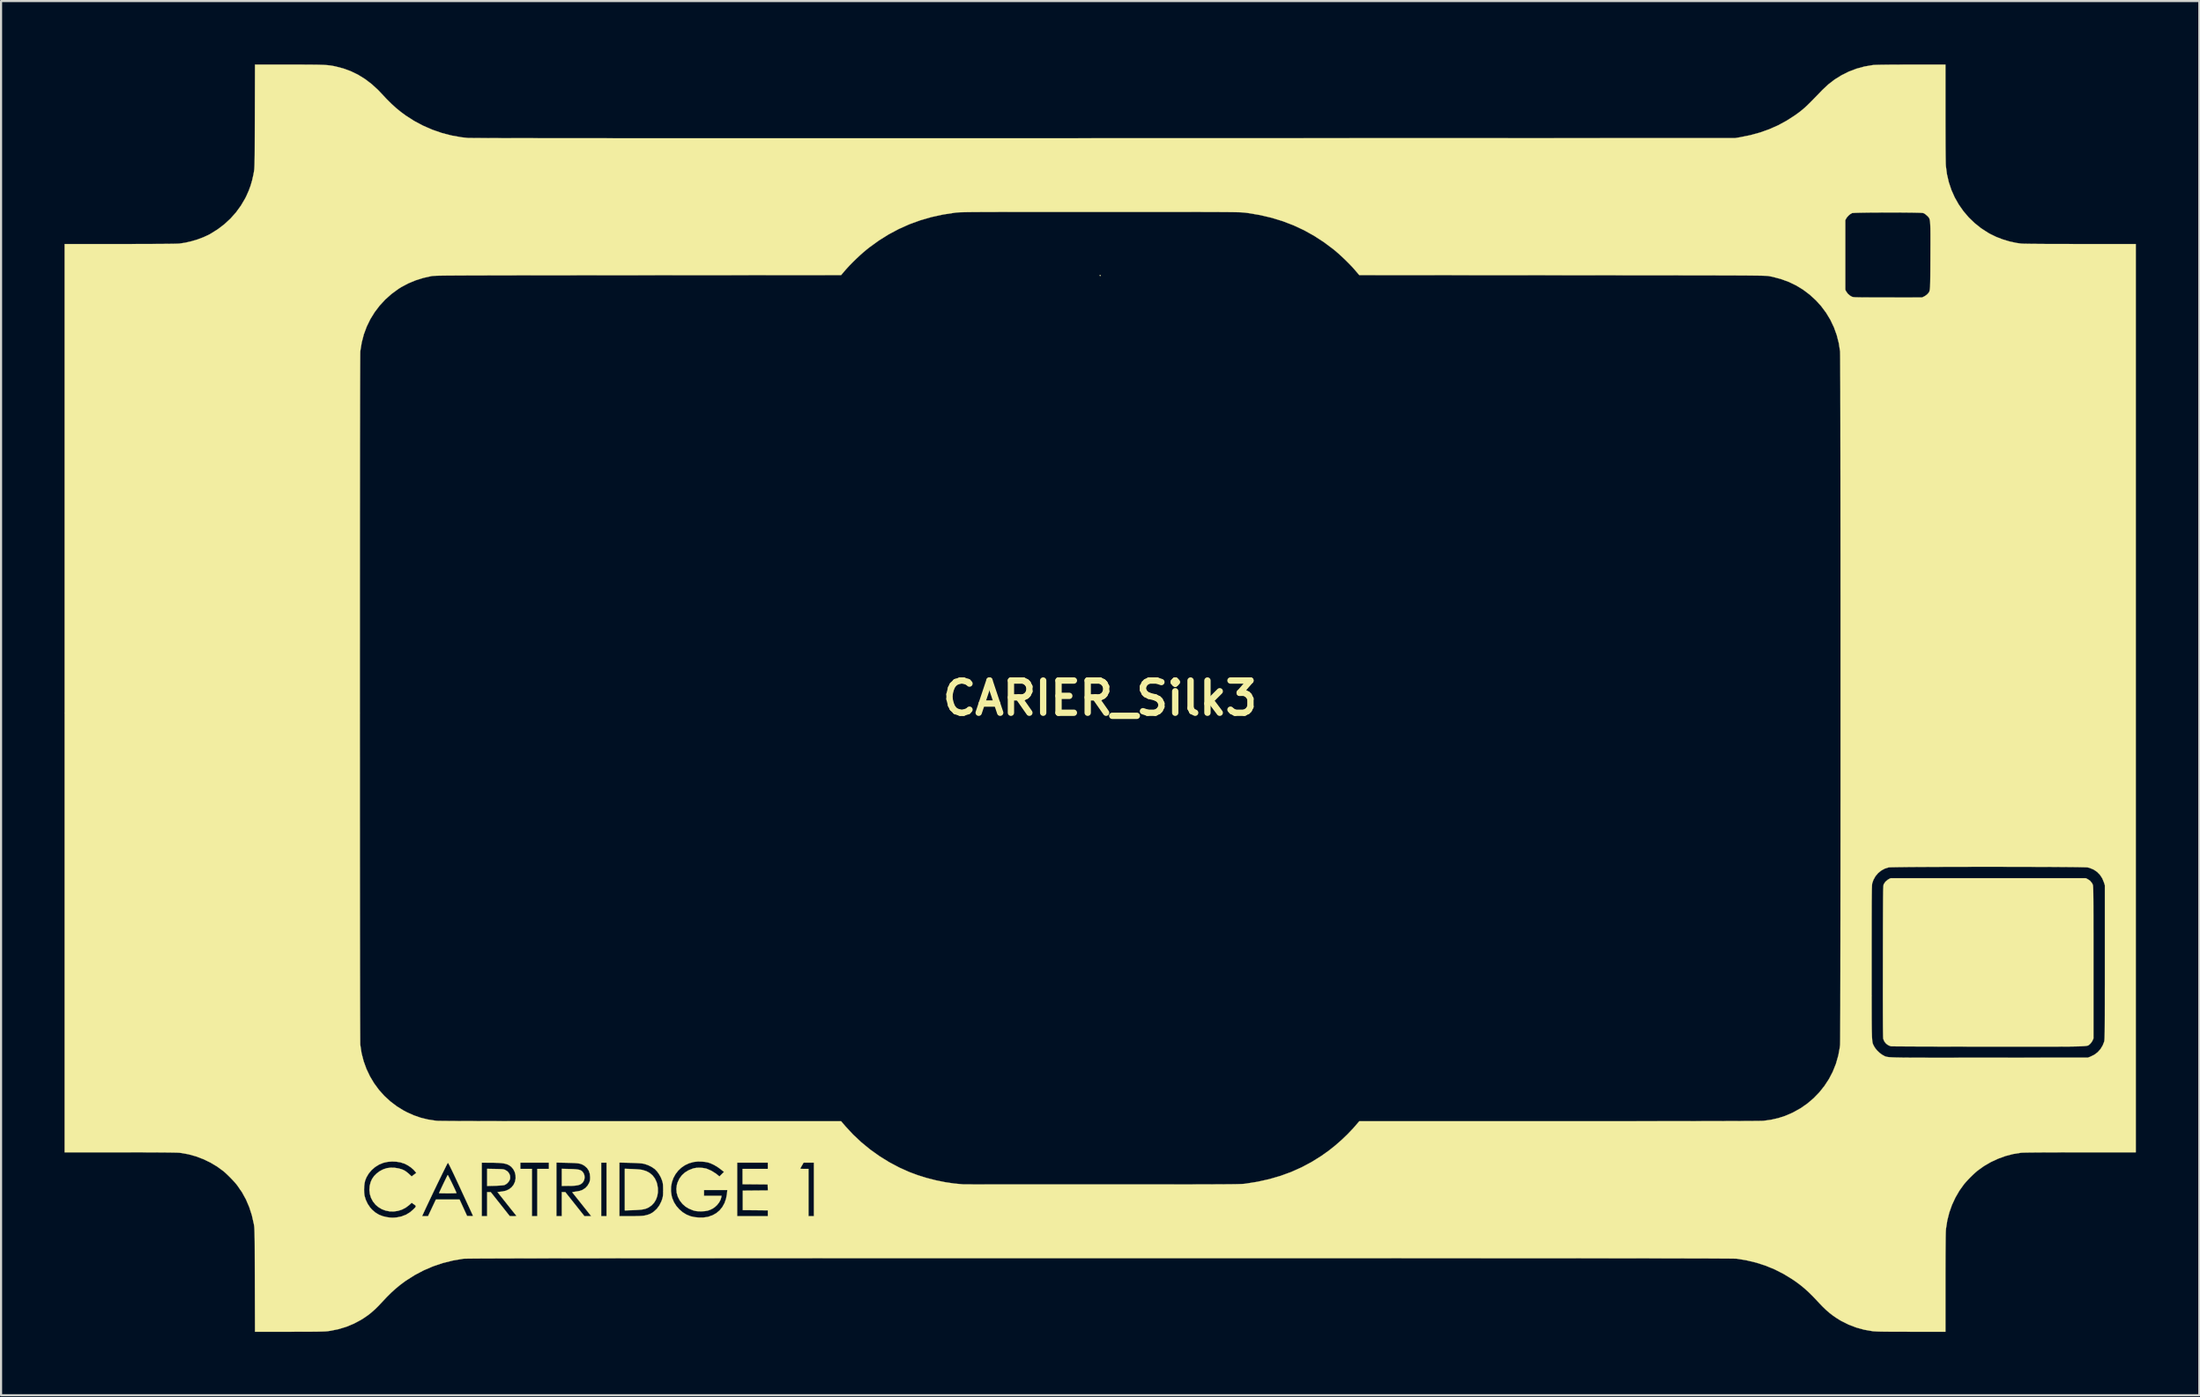
<source format=kicad_pcb>
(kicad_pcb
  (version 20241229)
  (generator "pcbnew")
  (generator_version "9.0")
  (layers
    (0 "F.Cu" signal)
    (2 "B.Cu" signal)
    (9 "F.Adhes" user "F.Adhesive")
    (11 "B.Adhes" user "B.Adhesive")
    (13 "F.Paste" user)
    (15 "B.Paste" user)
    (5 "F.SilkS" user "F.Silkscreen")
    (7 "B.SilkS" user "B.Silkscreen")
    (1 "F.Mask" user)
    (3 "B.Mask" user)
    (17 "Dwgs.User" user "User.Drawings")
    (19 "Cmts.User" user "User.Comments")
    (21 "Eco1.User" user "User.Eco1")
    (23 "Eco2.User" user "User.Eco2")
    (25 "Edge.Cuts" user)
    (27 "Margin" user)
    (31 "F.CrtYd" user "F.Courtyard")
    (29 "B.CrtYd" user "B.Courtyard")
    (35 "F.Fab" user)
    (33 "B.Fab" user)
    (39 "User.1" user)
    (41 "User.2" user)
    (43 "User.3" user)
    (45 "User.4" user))
  (footprint "CARIER_Silk3"
    (layer "F.Cu")
    (at 48.943 29.972)
    (property "Reference" "CARIER_Silk3" (at 0 0 0) (layer "F.SilkS") (effects (font (size 1.524 1.524) (thickness 0.3))))
    (attr through_hole)
    (fp_poly (pts (xy 0.036 -20) (xy 0.039 -19.991) (xy 0.023 -19.973) (xy 0.01 -19.971) (xy -0.016 -19.982) (xy -0.02 -19.991) (xy -0.004 -20.008) (xy 0.01 -20.01) (xy 0.036 -20)) (stroke (width 0.01) (type solid)) (fill yes) (layer "F.SilkS"))
    (fp_poly (pts (xy -28.58 22.267) (xy -28.445 22.27) (xy -28.343 22.274) (xy -28.268 22.278) (xy -28.212 22.284) (xy -28.169 22.293) (xy -28.134 22.305) (xy -28.099 22.321) (xy -27.999 22.388) (xy -27.927 22.478) (xy -27.885 22.582) (xy -27.878 22.693) (xy -27.889 22.754) (xy -27.929 22.84) (xy -27.995 22.923) (xy -28.077 22.991) (xy -28.154 23.029) (xy -28.2 23.037) (xy -28.279 23.046) (xy -28.382 23.053) (xy -28.502 23.059) (xy -28.599 23.063) (xy -28.967 23.072) (xy -28.967 22.26) (xy -28.58 22.267)) (stroke (width 0.01) (type solid)) (fill yes) (layer "F.SilkS"))
    (fp_poly (pts (xy -25.062 22.269) (xy -24.895 22.274) (xy -24.763 22.284) (xy -24.659 22.298) (xy -24.578 22.319) (xy -24.516 22.349) (xy -24.467 22.39) (xy -24.426 22.442) (xy -24.401 22.483) (xy -24.368 22.578) (xy -24.361 22.685) (xy -24.381 22.79) (xy -24.427 22.879) (xy -24.427 22.88) (xy -24.478 22.937) (xy -24.537 22.983) (xy -24.609 23.017) (xy -24.698 23.041) (xy -24.81 23.056) (xy -24.951 23.065) (xy -25.126 23.067) (xy -25.131 23.067) (xy -25.439 23.068) (xy -25.439 22.26) (xy -25.062 22.269)) (stroke (width 0.01) (type solid)) (fill yes) (layer "F.SilkS"))
    (fp_poly (pts (xy -22.112 22.271) (xy -21.988 22.277) (xy -21.867 22.285) (xy -21.759 22.295) (xy -21.674 22.305) (xy -21.634 22.312) (xy -21.446 22.37) (xy -21.283 22.458) (xy -21.147 22.574) (xy -21.039 22.717) (xy -20.96 22.886) (xy -20.932 22.978) (xy -20.897 23.177) (xy -20.896 23.369) (xy -20.926 23.55) (xy -20.987 23.716) (xy -21.075 23.864) (xy -21.191 23.988) (xy -21.333 24.087) (xy -21.367 24.104) (xy -21.434 24.134) (xy -21.503 24.157) (xy -21.582 24.175) (xy -21.676 24.19) (xy -21.791 24.201) (xy -21.933 24.21) (xy -22.101 24.217) (xy -22.46 24.23) (xy -22.46 22.258) (xy -22.112 22.271)) (stroke (width 0.01) (type solid)) (fill yes) (layer "F.SilkS"))
    (fp_poly (pts (xy -30.82 22.566) (xy -30.795 22.609) (xy -30.76 22.677) (xy -30.717 22.763) (xy -30.668 22.861) (xy -30.617 22.966) (xy -30.567 23.071) (xy -30.519 23.172) (xy -30.478 23.262) (xy -30.445 23.335) (xy -30.424 23.387) (xy -30.417 23.409) (xy -30.436 23.412) (xy -30.488 23.415) (xy -30.568 23.418) (xy -30.67 23.42) (xy -30.788 23.42) (xy -30.829 23.421) (xy -30.951 23.42) (xy -31.059 23.419) (xy -31.147 23.417) (xy -31.208 23.414) (xy -31.238 23.412) (xy -31.24 23.411) (xy -31.232 23.39) (xy -31.21 23.339) (xy -31.176 23.266) (xy -31.134 23.175) (xy -31.086 23.073) (xy -31.035 22.966) (xy -30.984 22.86) (xy -30.936 22.761) (xy -30.894 22.674) (xy -30.86 22.607) (xy -30.838 22.564) (xy -30.831 22.552) (xy -30.82 22.566)) (stroke (width 0.01) (type solid)) (fill yes) (layer "F.SilkS"))
    (fp_poly (pts (xy 46.689 8.562) (xy 46.8 8.637) (xy 46.885 8.741) (xy 46.922 8.81) (xy 46.926 8.82) (xy 46.93 8.834) (xy 46.934 8.852) (xy 46.937 8.876) (xy 46.94 8.908) (xy 46.943 8.95) (xy 46.945 9.003) (xy 46.948 9.068) (xy 46.949 9.149) (xy 46.951 9.245) (xy 46.952 9.36) (xy 46.954 9.495) (xy 46.955 9.651) (xy 46.956 9.83) (xy 46.956 10.034) (xy 46.957 10.264) (xy 46.957 10.523) (xy 46.957 10.812) (xy 46.958 11.132) (xy 46.958 11.486) (xy 46.958 11.875) (xy 46.958 12.301) (xy 46.958 12.494) (xy 46.958 16.1) (xy 46.912 16.2) (xy 46.87 16.271) (xy 46.816 16.337) (xy 46.79 16.362) (xy 46.775 16.375) (xy 46.762 16.387) (xy 46.75 16.398) (xy 46.738 16.409) (xy 46.722 16.418) (xy 46.704 16.426) (xy 46.679 16.434) (xy 46.648 16.441) (xy 46.609 16.447) (xy 46.56 16.453) (xy 46.499 16.458) (xy 46.426 16.462) (xy 46.338 16.466) (xy 46.234 16.47) (xy 46.113 16.472) (xy 45.974 16.475) (xy 45.814 16.477) (xy 45.632 16.478) (xy 45.427 16.479) (xy 45.197 16.48) (xy 44.941 16.481) (xy 44.656 16.481) (xy 44.343 16.481) (xy 43.999 16.481) (xy 43.622 16.481) (xy 43.212 16.481) (xy 42.766 16.481) (xy 42.284 16.481) (xy 41.982 16.48) (xy 41.562 16.48) (xy 41.153 16.48) (xy 40.754 16.479) (xy 40.37 16.479) (xy 40 16.478) (xy 39.648 16.477) (xy 39.314 16.476) (xy 39.001 16.476) (xy 38.71 16.475) (xy 38.443 16.473) (xy 38.202 16.472) (xy 37.988 16.471) (xy 37.803 16.47) (xy 37.65 16.469) (xy 37.529 16.467) (xy 37.443 16.466) (xy 37.393 16.465) (xy 37.381 16.464) (xy 37.26 16.416) (xy 37.155 16.338) (xy 37.074 16.236) (xy 37.024 16.117) (xy 37.023 16.11) (xy 37.02 16.084) (xy 37.017 16.031) (xy 37.015 15.949) (xy 37.013 15.838) (xy 37.011 15.697) (xy 37.009 15.526) (xy 37.008 15.323) (xy 37.007 15.087) (xy 37.006 14.818) (xy 37.006 14.514) (xy 37.005 14.176) (xy 37.005 13.802) (xy 37.006 13.391) (xy 37.006 12.943) (xy 37.007 12.457) (xy 37.007 12.445) (xy 37.007 12.006) (xy 37.008 11.603) (xy 37.009 11.237) (xy 37.009 10.905) (xy 37.01 10.605) (xy 37.011 10.335) (xy 37.012 10.095) (xy 37.013 9.882) (xy 37.014 9.694) (xy 37.015 9.53) (xy 37.016 9.389) (xy 37.018 9.267) (xy 37.019 9.165) (xy 37.021 9.079) (xy 37.023 9.009) (xy 37.026 8.952) (xy 37.028 8.907) (xy 37.031 8.872) (xy 37.035 8.846) (xy 37.038 8.826) (xy 37.042 8.811) (xy 37.046 8.8) (xy 37.049 8.794) (xy 37.125 8.683) (xy 37.232 8.591) (xy 37.284 8.559) (xy 37.365 8.516) (xy 46.596 8.516) (xy 46.689 8.562)) (stroke (width 0.01) (type solid)) (fill yes) (layer "F.SilkS"))
    (fp_poly (pts (xy -38.025 -29.966) (xy -37.752 -29.966) (xy -37.512 -29.965) (xy -37.303 -29.964) (xy -37.121 -29.962) (xy -36.964 -29.96) (xy -36.828 -29.956) (xy -36.711 -29.952) (xy -36.609 -29.946) (xy -36.519 -29.94) (xy -36.439 -29.932) (xy -36.366 -29.922) (xy -36.297 -29.911) (xy -36.228 -29.899) (xy -36.157 -29.884) (xy -36.129 -29.878) (xy -35.755 -29.78) (xy -35.399 -29.648) (xy -35.06 -29.482) (xy -34.736 -29.281) (xy -34.426 -29.045) (xy -34.128 -28.772) (xy -33.94 -28.575) (xy -33.707 -28.326) (xy -33.485 -28.106) (xy -33.267 -27.908) (xy -33.045 -27.727) (xy -32.812 -27.556) (xy -32.808 -27.553) (xy -32.412 -27.299) (xy -31.994 -27.077) (xy -31.558 -26.887) (xy -31.11 -26.732) (xy -30.651 -26.613) (xy -30.187 -26.53) (xy -29.898 -26.498) (xy -29.874 -26.497) (xy -29.826 -26.496) (xy -29.754 -26.495) (xy -29.658 -26.494) (xy -29.536 -26.493) (xy -29.39 -26.492) (xy -29.218 -26.491) (xy -29.02 -26.491) (xy -28.796 -26.49) (xy -28.545 -26.489) (xy -28.268 -26.488) (xy -27.963 -26.488) (xy -27.631 -26.487) (xy -27.27 -26.486) (xy -26.881 -26.486) (xy -26.464 -26.485) (xy -26.018 -26.485) (xy -25.542 -26.484) (xy -25.037 -26.484) (xy -24.501 -26.484) (xy -23.935 -26.483) (xy -23.339 -26.483) (xy -22.711 -26.482) (xy -22.052 -26.482) (xy -21.361 -26.482) (xy -20.638 -26.482) (xy -19.883 -26.481) (xy -19.094 -26.481) (xy -18.273 -26.481) (xy -17.418 -26.481) (xy -16.529 -26.481) (xy -15.606 -26.481) (xy -14.649 -26.481) (xy -13.656 -26.481) (xy -12.628 -26.481) (xy -11.565 -26.481) (xy -10.466 -26.481) (xy -9.33 -26.481) (xy -8.158 -26.481) (xy -6.949 -26.481) (xy -5.702 -26.482) (xy -4.418 -26.482) (xy -3.096 -26.482) (xy -1.735 -26.482) (xy -0.336 -26.483) (xy 0.186 -26.483) (xy 30.016 -26.49) (xy 30.26 -26.531) (xy 30.744 -26.629) (xy 31.201 -26.755) (xy 31.636 -26.91) (xy 32.051 -27.094) (xy 32.45 -27.31) (xy 32.837 -27.559) (xy 32.89 -27.597) (xy 32.982 -27.663) (xy 33.068 -27.727) (xy 33.149 -27.791) (xy 33.23 -27.858) (xy 33.313 -27.93) (xy 33.402 -28.012) (xy 33.5 -28.107) (xy 33.61 -28.216) (xy 33.735 -28.343) (xy 33.88 -28.492) (xy 34.046 -28.664) (xy 34.134 -28.756) (xy 34.416 -29.022) (xy 34.721 -29.258) (xy 35.049 -29.462) (xy 35.394 -29.635) (xy 35.755 -29.772) (xy 36.13 -29.875) (xy 36.514 -29.941) (xy 36.556 -29.946) (xy 36.614 -29.95) (xy 36.71 -29.953) (xy 36.841 -29.957) (xy 37.007 -29.959) (xy 37.205 -29.962) (xy 37.434 -29.964) (xy 37.692 -29.965) (xy 37.978 -29.966) (xy 38.289 -29.967) (xy 38.354 -29.967) (xy 39.962 -29.967) (xy 39.962 -27.696) (xy 39.962 -27.332) (xy 39.963 -26.991) (xy 39.964 -26.673) (xy 39.965 -26.38) (xy 39.966 -26.115) (xy 39.968 -25.878) (xy 39.97 -25.672) (xy 39.973 -25.497) (xy 39.975 -25.357) (xy 39.978 -25.251) (xy 39.982 -25.184) (xy 39.982 -25.175) (xy 40.033 -24.784) (xy 40.121 -24.404) (xy 40.244 -24.036) (xy 40.401 -23.684) (xy 40.591 -23.349) (xy 40.812 -23.034) (xy 41.062 -22.74) (xy 41.341 -22.471) (xy 41.646 -22.227) (xy 41.977 -22.012) (xy 42.079 -21.955) (xy 42.362 -21.817) (xy 42.67 -21.698) (xy 42.991 -21.602) (xy 43.313 -21.532) (xy 43.533 -21.501) (xy 43.585 -21.498) (xy 43.676 -21.494) (xy 43.804 -21.492) (xy 43.971 -21.489) (xy 44.174 -21.487) (xy 44.414 -21.485) (xy 44.69 -21.483) (xy 45.001 -21.482) (xy 45.347 -21.481) (xy 45.728 -21.481) (xy 46.142 -21.48) (xy 46.341 -21.48) (xy 48.958 -21.48) (xy 48.958 21.48) (xy 46.341 21.48) (xy 45.911 21.48) (xy 45.515 21.481) (xy 45.153 21.482) (xy 44.826 21.483) (xy 44.534 21.484) (xy 44.278 21.486) (xy 44.058 21.488) (xy 43.875 21.49) (xy 43.729 21.493) (xy 43.621 21.496) (xy 43.552 21.499) (xy 43.533 21.501) (xy 43.169 21.559) (xy 42.805 21.654) (xy 42.449 21.783) (xy 42.106 21.943) (xy 41.781 22.132) (xy 41.481 22.348) (xy 41.451 22.373) (xy 41.36 22.452) (xy 41.253 22.552) (xy 41.139 22.664) (xy 41.027 22.78) (xy 40.927 22.889) (xy 40.846 22.983) (xy 40.841 22.989) (xy 40.623 23.293) (xy 40.433 23.621) (xy 40.272 23.968) (xy 40.144 24.329) (xy 40.05 24.7) (xy 39.991 25.076) (xy 39.982 25.173) (xy 39.979 25.233) (xy 39.976 25.331) (xy 39.973 25.465) (xy 39.971 25.632) (xy 39.969 25.832) (xy 39.967 26.061) (xy 39.965 26.32) (xy 39.964 26.605) (xy 39.963 26.916) (xy 39.962 27.249) (xy 39.962 27.604) (xy 39.962 27.696) (xy 39.962 29.967) (xy 38.349 29.967) (xy 38.045 29.966) (xy 37.777 29.966) (xy 37.543 29.965) (xy 37.34 29.964) (xy 37.166 29.963) (xy 37.017 29.961) (xy 36.891 29.959) (xy 36.785 29.956) (xy 36.697 29.952) (xy 36.623 29.948) (xy 36.562 29.944) (xy 36.51 29.938) (xy 36.502 29.937) (xy 36.123 29.871) (xy 35.752 29.769) (xy 35.394 29.633) (xy 35.055 29.465) (xy 34.958 29.409) (xy 34.786 29.3) (xy 34.627 29.19) (xy 34.475 29.071) (xy 34.324 28.94) (xy 34.167 28.789) (xy 33.998 28.614) (xy 33.907 28.516) (xy 33.697 28.293) (xy 33.498 28.097) (xy 33.305 27.922) (xy 33.109 27.761) (xy 32.903 27.607) (xy 32.73 27.488) (xy 32.319 27.236) (xy 31.898 27.021) (xy 31.464 26.842) (xy 31.015 26.697) (xy 30.547 26.585) (xy 30.114 26.514) (xy 30.099 26.513) (xy 30.075 26.511) (xy 30.039 26.51) (xy 29.991 26.509) (xy 29.932 26.508) (xy 29.859 26.507) (xy 29.773 26.506) (xy 29.674 26.505) (xy 29.56 26.504) (xy 29.431 26.504) (xy 29.286 26.503) (xy 29.126 26.502) (xy 28.949 26.501) (xy 28.756 26.5) (xy 28.544 26.5) (xy 28.315 26.499) (xy 28.067 26.498) (xy 27.8 26.498) (xy 27.513 26.497) (xy 27.206 26.496) (xy 26.878 26.496) (xy 26.529 26.495) (xy 26.158 26.495) (xy 25.765 26.494) (xy 25.349 26.494) (xy 24.909 26.493) (xy 24.446 26.493) (xy 23.958 26.492) (xy 23.445 26.492) (xy 22.907 26.492) (xy 22.342 26.491) (xy 21.751 26.491) (xy 21.133 26.491) (xy 20.487 26.49) (xy 19.813 26.49) (xy 19.11 26.49) (xy 18.378 26.49) (xy 17.616 26.489) (xy 16.824 26.489) (xy 16.001 26.489) (xy 15.147 26.489) (xy 14.261 26.489) (xy 13.342 26.488) (xy 12.39 26.488) (xy 11.405 26.488) (xy 10.386 26.488) (xy 9.332 26.488) (xy 8.243 26.488) (xy 7.119 26.488) (xy 5.958 26.488) (xy 4.76 26.488) (xy 3.526 26.488) (xy 2.253 26.488) (xy 0.943 26.488) (xy 0.01 26.488) (xy -1.328 26.488) (xy -2.627 26.488) (xy -3.888 26.488) (xy -5.111 26.488) (xy -6.297 26.488) (xy -7.447 26.488) (xy -8.56 26.488) (xy -9.638 26.488) (xy -10.681 26.488) (xy -11.69 26.488) (xy -12.665 26.488) (xy -13.607 26.489) (xy -14.515 26.489) (xy -15.392 26.489) (xy -16.237 26.489) (xy -17.05 26.489) (xy -17.833 26.489) (xy -18.585 26.49) (xy -19.308 26.49) (xy -20.002 26.49) (xy -20.668 26.49) (xy -21.305 26.491) (xy -21.915 26.491) (xy -22.498 26.491) (xy -23.054 26.492) (xy -23.585 26.492) (xy -24.09 26.493) (xy -24.57 26.493) (xy -25.026 26.493) (xy -25.459 26.494) (xy -25.868 26.494) (xy -26.254 26.495) (xy -26.618 26.495) (xy -26.961 26.496) (xy -27.282 26.497) (xy -27.583 26.497) (xy -27.864 26.498) (xy -28.125 26.498) (xy -28.367 26.499) (xy -28.591 26.5) (xy -28.797 26.501) (xy -28.986 26.501) (xy -29.157 26.502) (xy -29.313 26.503) (xy -29.452 26.504) (xy -29.576 26.505) (xy -29.686 26.506) (xy -29.781 26.507) (xy -29.863 26.508) (xy -29.932 26.509) (xy -29.988 26.51) (xy -30.032 26.511) (xy -30.064 26.512) (xy -30.085 26.513) (xy -30.094 26.514) (xy -30.588 26.598) (xy -31.065 26.718) (xy -31.525 26.873) (xy -31.969 27.064) (xy -32.395 27.289) (xy -32.804 27.55) (xy -32.867 27.594) (xy -33.087 27.758) (xy -33.297 27.932) (xy -33.504 28.12) (xy -33.715 28.33) (xy -33.922 28.551) (xy -34.106 28.746) (xy -34.277 28.914) (xy -34.442 29.06) (xy -34.61 29.192) (xy -34.788 29.315) (xy -34.938 29.409) (xy -35.271 29.586) (xy -35.624 29.732) (xy -35.992 29.844) (xy -36.369 29.921) (xy -36.483 29.937) (xy -36.533 29.943) (xy -36.593 29.948) (xy -36.664 29.952) (xy -36.75 29.955) (xy -36.852 29.958) (xy -36.975 29.961) (xy -37.12 29.963) (xy -37.29 29.964) (xy -37.488 29.965) (xy -37.717 29.966) (xy -37.979 29.966) (xy -38.277 29.967) (xy -38.329 29.967) (xy -39.94 29.967) (xy -39.947 27.531) (xy -39.948 27.172) (xy -39.949 26.849) (xy -39.95 26.562) (xy -39.951 26.306) (xy -39.952 26.081) (xy -39.953 25.884) (xy -39.954 25.713) (xy -39.956 25.566) (xy -39.958 25.44) (xy -39.96 25.333) (xy -39.962 25.242) (xy -39.965 25.167) (xy -39.968 25.104) (xy -39.971 25.051) (xy -39.975 25.006) (xy -39.979 24.967) (xy -39.985 24.931) (xy -39.99 24.897) (xy -39.996 24.861) (xy -39.997 24.861) (xy -40.088 24.456) (xy -40.212 24.072) (xy -40.367 23.709) (xy -40.554 23.369) (xy -40.651 23.228) (xy -34.784 23.228) (xy -34.781 23.378) (xy -34.766 23.512) (xy -34.761 23.538) (xy -34.703 23.73) (xy -34.614 23.918) (xy -34.499 24.089) (xy -34.409 24.191) (xy -34.252 24.327) (xy -34.085 24.429) (xy -33.9 24.502) (xy -33.7 24.548) (xy -33.566 24.566) (xy -33.452 24.573) (xy -33.339 24.569) (xy -33.224 24.557) (xy -33 24.51) (xy -32.971 24.498) (xy -32.042 24.498) (xy -31.76 24.498) (xy -31.39 23.715) (xy -30.27 23.715) (xy -30.093 24.102) (xy -29.916 24.489) (xy -29.772 24.494) (xy -29.696 24.496) (xy -29.654 24.492) (xy -29.638 24.483) (xy -29.639 24.475) (xy -29.649 24.453) (xy -29.673 24.399) (xy -29.712 24.315) (xy -29.763 24.204) (xy -29.825 24.069) (xy -29.897 23.914) (xy -29.977 23.74) (xy -30.064 23.552) (xy -30.157 23.351) (xy -30.222 23.209) (xy -30.345 22.943) (xy -30.453 22.711) (xy -30.546 22.513) (xy -30.625 22.348) (xy -30.69 22.215) (xy -30.741 22.111) (xy -30.78 22.038) (xy -30.807 21.993) (xy -30.821 21.975) (xy -30.823 21.974) (xy -30.835 21.992) (xy -30.862 22.042) (xy -30.903 22.121) (xy -30.955 22.226) (xy -31.018 22.353) (xy -31.09 22.499) (xy -31.169 22.661) (xy -31.254 22.835) (xy -31.343 23.018) (xy -31.434 23.208) (xy -31.526 23.399) (xy -31.617 23.591) (xy -31.706 23.778) (xy -31.791 23.958) (xy -31.871 24.128) (xy -31.943 24.284) (xy -31.995 24.396) (xy -32.042 24.498) (xy -29.222 24.498) (xy -28.967 24.498) (xy -28.967 23.362) (xy -28.798 23.362) (xy -28.348 23.929) (xy -27.899 24.497) (xy -27.734 24.498) (xy -27.655 24.498) (xy -27.608 24.495) (xy -27.588 24.489) (xy -27.589 24.477) (xy -27.599 24.464) (xy -27.618 24.441) (xy -27.658 24.391) (xy -27.717 24.318) (xy -27.791 24.226) (xy -27.877 24.118) (xy -27.972 23.998) (xy -28.052 23.897) (xy -28.476 23.363) (xy -28.413 23.354) (xy -28.355 23.346) (xy -28.282 23.337) (xy -28.245 23.332) (xy -28.08 23.297) (xy -27.935 23.23) (xy -27.813 23.136) (xy -27.718 23.018) (xy -27.653 22.878) (xy -27.621 22.72) (xy -27.621 22.717) (xy -27.625 22.562) (xy -27.662 22.414) (xy -27.728 22.281) (xy -27.821 22.171) (xy -27.859 22.139) (xy -27.926 22.093) (xy -27.999 22.056) (xy -28.083 22.027) (xy -28.183 22.005) (xy -28.303 21.989) (xy -28.447 21.979) (xy -28.621 21.973) (xy -28.829 21.971) (xy -28.844 21.971) (xy -29.222 21.97) (xy -27.399 21.97) (xy -27.399 22.264) (xy -26.85 22.264) (xy -26.85 24.498) (xy -26.596 24.498) (xy -25.694 24.498) (xy -25.439 24.498) (xy -25.439 23.362) (xy -25.356 23.362) (xy -25.273 23.362) (xy -24.822 23.93) (xy -24.371 24.498) (xy -24.21 24.498) (xy -24.048 24.498) (xy -24.472 23.964) (xy -24.572 23.838) (xy -24.666 23.72) (xy -24.75 23.615) (xy -24.82 23.527) (xy -24.875 23.458) (xy -24.911 23.413) (xy -24.925 23.397) (xy -24.94 23.374) (xy -24.928 23.363) (xy -24.887 23.355) (xy -24.761 23.336) (xy -24.665 23.32) (xy -24.593 23.305) (xy -24.534 23.287) (xy -24.483 23.267) (xy -24.452 23.253) (xy -24.324 23.169) (xy -24.22 23.056) (xy -24.149 22.933) (xy -24.122 22.866) (xy -24.107 22.803) (xy -24.1 22.728) (xy -24.099 22.656) (xy -24.115 22.49) (xy -24.163 22.347) (xy -24.244 22.225) (xy -24.357 22.124) (xy -24.381 22.108) (xy -24.438 22.074) (xy -24.494 22.047) (xy -24.555 22.025) (xy -24.625 22.009) (xy -24.711 21.997) (xy -24.817 21.988) (xy -24.95 21.982) (xy -25.114 21.977) (xy -25.189 21.975) (xy -25.44 21.97) (xy -23.577 21.97) (xy -23.577 24.498) (xy -23.323 24.498) (xy -22.715 24.498) (xy -22.185 24.498) (xy -22.004 24.498) (xy -21.857 24.496) (xy -21.74 24.492) (xy -21.646 24.486) (xy -21.571 24.479) (xy -21.51 24.469) (xy -21.508 24.468) (xy -21.371 24.434) (xy -21.258 24.391) (xy -21.156 24.333) (xy -21.096 24.29) (xy -20.945 24.152) (xy -20.823 23.986) (xy -20.728 23.793) (xy -20.693 23.695) (xy -20.675 23.631) (xy -20.662 23.57) (xy -20.654 23.505) (xy -20.65 23.424) (xy -20.648 23.319) (xy -20.278 23.319) (xy -20.247 23.537) (xy -20.216 23.651) (xy -20.137 23.841) (xy -20.025 24.018) (xy -19.885 24.178) (xy -19.724 24.316) (xy -19.545 24.426) (xy -19.356 24.503) (xy -19.343 24.507) (xy -19.151 24.548) (xy -18.947 24.567) (xy -18.743 24.564) (xy -18.554 24.538) (xy -18.511 24.528) (xy -18.31 24.457) (xy -18.132 24.356) (xy -17.977 24.225) (xy -17.849 24.067) (xy -17.748 23.884) (xy -17.675 23.677) (xy -17.632 23.448) (xy -17.629 23.414) (xy -17.615 23.264) (xy -18.717 23.264) (xy -18.717 23.538) (xy -17.889 23.538) (xy -17.9 23.61) (xy -17.937 23.73) (xy -18.005 23.853) (xy -18.097 23.971) (xy -18.208 24.074) (xy -18.309 24.142) (xy -18.427 24.2) (xy -18.544 24.24) (xy -18.673 24.262) (xy -18.825 24.271) (xy -18.874 24.271) (xy -18.982 24.269) (xy -19.064 24.263) (xy -19.135 24.252) (xy -19.206 24.233) (xy -19.256 24.216) (xy -19.436 24.141) (xy -19.588 24.049) (xy -19.721 23.933) (xy -19.745 23.908) (xy -19.868 23.749) (xy -19.955 23.577) (xy -20.007 23.397) (xy -20.022 23.211) (xy -19.999 23.023) (xy -19.963 22.901) (xy -19.878 22.722) (xy -19.762 22.566) (xy -19.617 22.434) (xy -19.444 22.328) (xy -19.247 22.25) (xy -19.187 22.233) (xy -19.065 22.213) (xy -18.922 22.209) (xy -18.775 22.219) (xy -18.639 22.243) (xy -18.574 22.262) (xy -18.361 22.356) (xy -18.16 22.483) (xy -18.108 22.523) (xy -17.986 22.621) (xy -17.772 22.407) (xy -17.936 22.276) (xy -18.089 22.166) (xy -18.252 22.071) (xy -18.415 21.997) (xy -18.497 21.97) (xy -17.149 21.97) (xy -17.149 24.498) (xy -15.699 24.498) (xy -15.699 24.225) (xy -16.291 24.219) (xy -16.884 24.214) (xy -16.884 23.293) (xy -16.291 23.288) (xy -15.697 23.283) (xy -15.703 23.141) (xy -15.708 22.999) (xy -16.301 22.994) (xy -16.894 22.989) (xy -16.894 22.264) (xy -15.699 22.264) (xy -15.699 22.256) (xy -14.17 22.256) (xy -14.152 22.26) (xy -14.103 22.262) (xy -14.031 22.264) (xy -13.974 22.264) (xy -13.778 22.264) (xy -13.778 24.498) (xy -13.523 24.498) (xy -13.523 21.97) (xy -14.01 21.97) (xy -14.09 22.109) (xy -14.127 22.174) (xy -14.155 22.225) (xy -14.169 22.253) (xy -14.17 22.256) (xy -15.699 22.256) (xy -15.699 21.97) (xy -17.149 21.97) (xy -18.497 21.97) (xy -18.531 21.959) (xy -18.676 21.932) (xy -18.842 21.918) (xy -19.012 21.917) (xy -19.169 21.932) (xy -19.207 21.938) (xy -19.421 21.997) (xy -19.616 22.088) (xy -19.79 22.207) (xy -19.941 22.351) (xy -20.067 22.516) (xy -20.166 22.699) (xy -20.235 22.896) (xy -20.273 23.104) (xy -20.278 23.319) (xy -20.648 23.319) (xy -20.648 23.318) (xy -20.648 23.254) (xy -20.65 23.135) (xy -20.653 23.046) (xy -20.659 22.976) (xy -20.669 22.916) (xy -20.685 22.856) (xy -20.703 22.799) (xy -20.762 22.655) (xy -20.842 22.513) (xy -20.934 22.385) (xy -21.032 22.282) (xy -21.055 22.263) (xy -21.195 22.168) (xy -21.357 22.088) (xy -21.524 22.031) (xy -21.579 22.018) (xy -21.663 22.006) (xy -21.784 21.995) (xy -21.94 21.986) (xy -22.13 21.979) (xy -22.22 21.976) (xy -22.715 21.965) (xy -22.715 24.498) (xy -23.323 24.498) (xy -23.323 21.97) (xy -23.577 21.97) (xy -25.44 21.97) (xy -25.694 21.965) (xy -25.694 24.498) (xy -26.596 24.498) (xy -26.596 22.264) (xy -26.047 22.264) (xy -26.047 21.97) (xy -27.399 21.97) (xy -29.222 21.97) (xy -29.222 24.498) (xy -32.042 24.498) (xy -32.971 24.498) (xy -32.796 24.429) (xy -32.609 24.314) (xy -32.452 24.177) (xy -32.387 24.111) (xy -32.349 24.064) (xy -32.339 24.028) (xy -32.357 23.995) (xy -32.404 23.957) (xy -32.457 23.92) (xy -32.533 23.867) (xy -32.656 23.978) (xy -32.82 24.101) (xy -32.999 24.192) (xy -33.188 24.251) (xy -33.383 24.278) (xy -33.578 24.273) (xy -33.768 24.236) (xy -33.949 24.167) (xy -34.116 24.066) (xy -34.243 23.956) (xy -34.365 23.803) (xy -34.455 23.634) (xy -34.511 23.452) (xy -34.533 23.263) (xy -34.52 23.072) (xy -34.471 22.884) (xy -34.411 22.749) (xy -34.316 22.608) (xy -34.19 22.481) (xy -34.042 22.371) (xy -33.88 22.286) (xy -33.711 22.23) (xy -33.694 22.227) (xy -33.526 22.207) (xy -33.345 22.211) (xy -33.164 22.238) (xy -32.997 22.286) (xy -32.881 22.337) (xy -32.817 22.378) (xy -32.741 22.435) (xy -32.667 22.497) (xy -32.658 22.506) (xy -32.536 22.62) (xy -32.427 22.538) (xy -32.319 22.456) (xy -32.356 22.404) (xy -32.448 22.3) (xy -32.567 22.197) (xy -32.704 22.104) (xy -32.849 22.027) (xy -32.877 22.015) (xy -33.056 21.957) (xy -33.255 21.924) (xy -33.462 21.915) (xy -33.668 21.931) (xy -33.859 21.973) (xy -33.876 21.978) (xy -34.078 22.061) (xy -34.262 22.176) (xy -34.425 22.317) (xy -34.563 22.48) (xy -34.671 22.662) (xy -34.732 22.813) (xy -34.759 22.931) (xy -34.777 23.074) (xy -34.784 23.228) (xy -40.651 23.228) (xy -40.772 23.053) (xy -40.822 22.989) (xy -40.9 22.897) (xy -41 22.788) (xy -41.111 22.673) (xy -41.225 22.56) (xy -41.333 22.458) (xy -41.426 22.377) (xy -41.432 22.372) (xy -41.726 22.156) (xy -42.046 21.965) (xy -42.385 21.802) (xy -42.738 21.669) (xy -43.099 21.57) (xy -43.462 21.507) (xy -43.513 21.501) (xy -43.565 21.498) (xy -43.656 21.494) (xy -43.785 21.492) (xy -43.951 21.489) (xy -44.154 21.487) (xy -44.394 21.485) (xy -44.67 21.483) (xy -44.982 21.482) (xy -45.328 21.481) (xy -45.708 21.481) (xy -46.123 21.48) (xy -46.321 21.48) (xy -48.938 21.48) (xy -48.938 0.004) (xy -34.985 0.004) (xy -34.985 0.701) (xy -34.985 1.397) (xy -34.985 2.09) (xy -34.984 2.781) (xy -34.984 3.466) (xy -34.984 4.147) (xy -34.984 4.82) (xy -34.984 5.486) (xy -34.983 6.143) (xy -34.983 6.789) (xy -34.983 7.425) (xy -34.982 8.048) (xy -34.982 8.657) (xy -34.981 9.252) (xy -34.981 9.832) (xy -34.98 10.394) (xy -34.98 10.939) (xy -34.979 11.465) (xy -34.978 11.97) (xy -34.978 12.454) (xy -34.977 12.916) (xy -34.976 13.354) (xy -34.976 13.768) (xy -34.975 14.155) (xy -34.974 14.516) (xy -34.973 14.849) (xy -34.972 15.153) (xy -34.971 15.427) (xy -34.97 15.669) (xy -34.969 15.878) (xy -34.968 16.054) (xy -34.967 16.196) (xy -34.966 16.301) (xy -34.965 16.37) (xy -34.963 16.4) (xy -34.903 16.792) (xy -34.805 17.171) (xy -34.673 17.536) (xy -34.508 17.884) (xy -34.311 18.214) (xy -34.084 18.524) (xy -33.828 18.81) (xy -33.544 19.071) (xy -33.235 19.306) (xy -32.901 19.511) (xy -32.759 19.585) (xy -32.435 19.731) (xy -32.109 19.844) (xy -31.772 19.927) (xy -31.415 19.982) (xy -31.341 19.99) (xy -31.305 19.992) (xy -31.231 19.994) (xy -31.122 19.995) (xy -30.975 19.997) (xy -30.792 19.998) (xy -30.571 20) (xy -30.314 20.001) (xy -30.019 20.002) (xy -29.687 20.003) (xy -29.317 20.004) (xy -28.91 20.005) (xy -28.464 20.006) (xy -27.981 20.007) (xy -27.46 20.008) (xy -26.901 20.008) (xy -26.304 20.009) (xy -25.668 20.009) (xy -24.993 20.01) (xy -24.28 20.01) (xy -23.528 20.01) (xy -22.738 20.01) (xy -21.908 20.01) (xy -21.688 20.01) (xy -12.237 20.01) (xy -12.039 20.242) (xy -11.676 20.634) (xy -11.284 21.003) (xy -10.865 21.347) (xy -10.422 21.663) (xy -9.959 21.95) (xy -9.479 22.204) (xy -9.016 22.412) (xy -8.616 22.561) (xy -8.193 22.693) (xy -7.758 22.804) (xy -7.32 22.893) (xy -6.888 22.957) (xy -6.473 22.995) (xy -6.458 22.995) (xy -6.429 22.996) (xy -6.363 22.996) (xy -6.26 22.997) (xy -6.123 22.997) (xy -5.953 22.998) (xy -5.75 22.998) (xy -5.518 22.998) (xy -5.256 22.999) (xy -4.967 22.999) (xy -4.652 22.999) (xy -4.313 23) (xy -3.951 23) (xy -3.567 23) (xy -3.164 23) (xy -2.742 23) (xy -2.303 23) (xy -1.848 23) (xy -1.379 23) (xy -0.898 23) (xy -0.405 23) (xy 0.097 23) (xy 0.137 23) (xy 0.737 23) (xy 1.299 23) (xy 1.825 23) (xy 2.315 22.999) (xy 2.772 22.999) (xy 3.195 22.999) (xy 3.587 22.998) (xy 3.949 22.998) (xy 4.282 22.998) (xy 4.587 22.997) (xy 4.866 22.996) (xy 5.121 22.996) (xy 5.351 22.995) (xy 5.559 22.994) (xy 5.746 22.993) (xy 5.913 22.992) (xy 6.062 22.991) (xy 6.193 22.99) (xy 6.309 22.988) (xy 6.409 22.987) (xy 6.497 22.985) (xy 6.572 22.983) (xy 6.637 22.981) (xy 6.692 22.979) (xy 6.738 22.976) (xy 6.778 22.974) (xy 6.813 22.971) (xy 6.843 22.968) (xy 6.87 22.965) (xy 6.879 22.964) (xy 7.453 22.872) (xy 8.004 22.749) (xy 8.533 22.595) (xy 9.042 22.409) (xy 9.533 22.189) (xy 10.006 21.937) (xy 10.465 21.65) (xy 10.809 21.405) (xy 11.115 21.162) (xy 11.418 20.897) (xy 11.707 20.62) (xy 11.973 20.339) (xy 12.058 20.242) (xy 12.257 20.01) (xy 21.707 20.01) (xy 22.547 20.01) (xy 23.348 20.01) (xy 24.11 20.01) (xy 24.833 20.01) (xy 25.517 20.009) (xy 26.163 20.009) (xy 26.771 20.008) (xy 27.34 20.008) (xy 27.87 20.007) (xy 28.363 20.006) (xy 28.818 20.005) (xy 29.235 20.005) (xy 29.615 20.003) (xy 29.956 20.002) (xy 30.261 20.001) (xy 30.528 20) (xy 30.758 19.999) (xy 30.951 19.997) (xy 31.107 19.996) (xy 31.226 19.994) (xy 31.309 19.992) (xy 31.355 19.991) (xy 31.361 19.99) (xy 31.723 19.94) (xy 32.064 19.862) (xy 32.392 19.755) (xy 32.716 19.616) (xy 32.778 19.585) (xy 33.12 19.394) (xy 33.439 19.171) (xy 33.734 18.919) (xy 34.003 18.641) (xy 34.244 18.338) (xy 34.456 18.014) (xy 34.635 17.671) (xy 34.78 17.31) (xy 34.794 17.267) (xy 34.9 16.894) (xy 34.969 16.519) (xy 34.983 16.4) (xy 34.984 16.369) (xy 34.985 16.3) (xy 34.987 16.194) (xy 34.988 16.053) (xy 34.989 15.876) (xy 34.99 15.666) (xy 34.991 15.424) (xy 34.992 15.15) (xy 34.993 14.846) (xy 34.994 14.513) (xy 34.994 14.152) (xy 34.995 13.764) (xy 34.995 13.732) (xy 36.473 13.732) (xy 36.473 14.075) (xy 36.474 14.385) (xy 36.474 14.664) (xy 36.475 14.915) (xy 36.475 15.138) (xy 36.477 15.336) (xy 36.478 15.511) (xy 36.48 15.663) (xy 36.483 15.795) (xy 36.486 15.908) (xy 36.489 16.005) (xy 36.494 16.087) (xy 36.499 16.155) (xy 36.504 16.212) (xy 36.511 16.258) (xy 36.518 16.297) (xy 36.526 16.329) (xy 36.535 16.356) (xy 36.545 16.38) (xy 36.556 16.403) (xy 36.568 16.426) (xy 36.581 16.452) (xy 36.587 16.463) (xy 36.65 16.564) (xy 36.738 16.669) (xy 36.842 16.768) (xy 36.948 16.851) (xy 37.018 16.892) (xy 37.042 16.905) (xy 37.063 16.916) (xy 37.083 16.927) (xy 37.103 16.937) (xy 37.125 16.946) (xy 37.15 16.954) (xy 37.18 16.961) (xy 37.216 16.968) (xy 37.26 16.974) (xy 37.313 16.98) (xy 37.377 16.984) (xy 37.454 16.989) (xy 37.544 16.992) (xy 37.649 16.996) (xy 37.772 16.998) (xy 37.912 17.001) (xy 38.073 17.002) (xy 38.254 17.004) (xy 38.459 17.005) (xy 38.688 17.006) (xy 38.943 17.006) (xy 39.225 17.007) (xy 39.536 17.007) (xy 39.877 17.007) (xy 40.25 17.007) (xy 40.657 17.006) (xy 41.098 17.006) (xy 41.576 17.006) (xy 42.03 17.005) (xy 46.694 17.002) (xy 46.812 16.957) (xy 46.996 16.867) (xy 47.157 16.747) (xy 47.29 16.599) (xy 47.395 16.426) (xy 47.462 16.257) (xy 47.466 16.242) (xy 47.47 16.224) (xy 47.474 16.202) (xy 47.477 16.174) (xy 47.48 16.139) (xy 47.483 16.094) (xy 47.485 16.039) (xy 47.487 15.971) (xy 47.489 15.888) (xy 47.491 15.79) (xy 47.492 15.674) (xy 47.493 15.538) (xy 47.494 15.381) (xy 47.495 15.201) (xy 47.496 14.997) (xy 47.496 14.766) (xy 47.497 14.508) (xy 47.497 14.219) (xy 47.497 13.899) (xy 47.498 13.546) (xy 47.498 13.158) (xy 47.498 12.734) (xy 47.498 12.494) (xy 47.498 8.849) (xy 47.454 8.712) (xy 47.374 8.52) (xy 47.266 8.355) (xy 47.131 8.217) (xy 46.971 8.109) (xy 46.788 8.032) (xy 46.684 8.005) (xy 46.649 8.002) (xy 46.578 7.999) (xy 46.471 7.996) (xy 46.331 7.993) (xy 46.161 7.99) (xy 45.962 7.988) (xy 45.737 7.986) (xy 45.487 7.984) (xy 45.216 7.982) (xy 44.924 7.98) (xy 44.615 7.979) (xy 44.289 7.978) (xy 43.95 7.977) (xy 43.6 7.976) (xy 43.24 7.975) (xy 42.873 7.975) (xy 42.501 7.974) (xy 42.126 7.974) (xy 41.75 7.974) (xy 41.376 7.974) (xy 41.005 7.975) (xy 40.639 7.975) (xy 40.281 7.976) (xy 39.933 7.977) (xy 39.597 7.978) (xy 39.275 7.979) (xy 38.969 7.981) (xy 38.682 7.982) (xy 38.415 7.984) (xy 38.17 7.986) (xy 37.951 7.989) (xy 37.758 7.991) (xy 37.594 7.994) (xy 37.462 7.996) (xy 37.362 7.999) (xy 37.298 8.002) (xy 37.274 8.005) (xy 37.091 8.063) (xy 36.924 8.155) (xy 36.777 8.276) (xy 36.654 8.423) (xy 36.559 8.593) (xy 36.503 8.753) (xy 36.499 8.771) (xy 36.496 8.796) (xy 36.493 8.829) (xy 36.49 8.873) (xy 36.488 8.929) (xy 36.485 8.999) (xy 36.483 9.084) (xy 36.482 9.186) (xy 36.48 9.307) (xy 36.479 9.448) (xy 36.477 9.611) (xy 36.476 9.798) (xy 36.476 10.01) (xy 36.475 10.25) (xy 36.474 10.518) (xy 36.474 10.816) (xy 36.474 11.147) (xy 36.473 11.511) (xy 36.473 11.91) (xy 36.473 12.347) (xy 36.473 12.494) (xy 36.473 12.944) (xy 36.473 13.356) (xy 36.473 13.732) (xy 34.995 13.732) (xy 34.996 13.35) (xy 34.997 12.911) (xy 34.997 12.449) (xy 34.998 11.965) (xy 34.999 11.459) (xy 34.999 10.934) (xy 35 10.389) (xy 35 9.826) (xy 35.001 9.246) (xy 35.001 8.651) (xy 35.002 8.041) (xy 35.002 7.418) (xy 35.003 6.783) (xy 35.003 6.136) (xy 35.003 5.479) (xy 35.004 4.813) (xy 35.004 4.14) (xy 35.004 3.459) (xy 35.004 2.774) (xy 35.004 2.083) (xy 35.004 1.389) (xy 35.004 0.694) (xy 35.004 -0.004) (xy 35.004 -0.701) (xy 35.004 -1.397) (xy 35.004 -2.09) (xy 35.004 -2.781) (xy 35.004 -3.466) (xy 35.004 -4.147) (xy 35.004 -4.82) (xy 35.003 -5.486) (xy 35.003 -6.143) (xy 35.003 -6.789) (xy 35.002 -7.425) (xy 35.002 -8.048) (xy 35.001 -8.657) (xy 35.001 -9.252) (xy 35 -9.832) (xy 35 -10.394) (xy 34.999 -10.939) (xy 34.999 -11.465) (xy 34.998 -11.97) (xy 34.997 -12.454) (xy 34.997 -12.916) (xy 34.996 -13.354) (xy 34.995 -13.768) (xy 34.994 -14.155) (xy 34.994 -14.516) (xy 34.993 -14.849) (xy 34.992 -15.153) (xy 34.991 -15.427) (xy 34.99 -15.669) (xy 34.989 -15.878) (xy 34.988 -16.054) (xy 34.987 -16.196) (xy 34.985 -16.301) (xy 34.984 -16.37) (xy 34.983 -16.4) (xy 34.922 -16.794) (xy 34.824 -17.176) (xy 34.691 -17.544) (xy 34.523 -17.897) (xy 34.321 -18.231) (xy 34.087 -18.545) (xy 33.849 -18.808) (xy 33.556 -19.078) (xy 33.246 -19.314) (xy 32.916 -19.516) (xy 32.565 -19.686) (xy 32.193 -19.823) (xy 31.799 -19.928) (xy 31.611 -19.965) (xy 31.595 -19.968) (xy 31.575 -19.97) (xy 31.551 -19.972) (xy 31.521 -19.975) (xy 31.485 -19.977) (xy 31.44 -19.979) (xy 31.387 -19.98) (xy 31.324 -19.982) (xy 31.251 -19.984) (xy 31.165 -19.985) (xy 31.066 -19.987) (xy 30.954 -19.988) (xy 30.826 -19.989) (xy 30.683 -19.991) (xy 30.522 -19.992) (xy 30.343 -19.993) (xy 30.145 -19.994) (xy 29.927 -19.995) (xy 29.688 -19.995) (xy 29.427 -19.996) (xy 29.142 -19.997) (xy 28.833 -19.998) (xy 28.499 -19.998) (xy 28.138 -19.999) (xy 27.75 -19.999) (xy 27.333 -20) (xy 26.887 -20.001) (xy 26.41 -20.001) (xy 25.902 -20.002) (xy 25.362 -20.002) (xy 24.787 -20.002) (xy 24.178 -20.003) (xy 23.534 -20.003) (xy 22.852 -20.004) (xy 22.133 -20.004) (xy 21.841 -20.005) (xy 12.256 -20.011) (xy 12.073 -20.226) (xy 11.943 -20.374) (xy 11.789 -20.536) (xy 11.62 -20.705) (xy 11.444 -20.873) (xy 11.27 -21.032) (xy 11.106 -21.173) (xy 11.036 -21.23) (xy 10.587 -21.567) (xy 10.125 -21.867) (xy 9.649 -22.132) (xy 9.157 -22.362) (xy 8.648 -22.558) (xy 8.489 -22.607) (xy 35.229 -22.607) (xy 35.229 -19.315) (xy 35.271 -19.236) (xy 35.354 -19.122) (xy 35.463 -19.031) (xy 35.533 -18.993) (xy 35.549 -18.986) (xy 35.567 -18.979) (xy 35.589 -18.974) (xy 35.618 -18.969) (xy 35.655 -18.965) (xy 35.705 -18.962) (xy 35.769 -18.96) (xy 35.85 -18.958) (xy 35.951 -18.956) (xy 36.074 -18.955) (xy 36.222 -18.954) (xy 36.398 -18.953) (xy 36.604 -18.953) (xy 36.843 -18.953) (xy 37.118 -18.953) (xy 37.238 -18.953) (xy 38.855 -18.952) (xy 38.953 -18.998) (xy 39.024 -19.04) (xy 39.093 -19.094) (xy 39.117 -19.119) (xy 39.14 -19.144) (xy 39.16 -19.167) (xy 39.177 -19.189) (xy 39.192 -19.213) (xy 39.205 -19.243) (xy 39.215 -19.28) (xy 39.224 -19.327) (xy 39.231 -19.388) (xy 39.237 -19.464) (xy 39.241 -19.558) (xy 39.244 -19.673) (xy 39.246 -19.811) (xy 39.248 -19.976) (xy 39.249 -20.17) (xy 39.25 -20.395) (xy 39.251 -20.654) (xy 39.252 -20.92) (xy 39.253 -21.22) (xy 39.254 -21.483) (xy 39.254 -21.713) (xy 39.254 -21.911) (xy 39.253 -22.081) (xy 39.251 -22.224) (xy 39.248 -22.344) (xy 39.243 -22.442) (xy 39.237 -22.523) (xy 39.228 -22.587) (xy 39.218 -22.639) (xy 39.205 -22.68) (xy 39.19 -22.712) (xy 39.171 -22.74) (xy 39.15 -22.765) (xy 39.126 -22.79) (xy 39.098 -22.817) (xy 39.093 -22.821) (xy 39.006 -22.896) (xy 38.926 -22.941) (xy 38.91 -22.946) (xy 38.873 -22.951) (xy 38.801 -22.956) (xy 38.698 -22.96) (xy 38.567 -22.963) (xy 38.412 -22.966) (xy 38.235 -22.968) (xy 38.042 -22.97) (xy 37.835 -22.972) (xy 37.619 -22.973) (xy 37.396 -22.973) (xy 37.17 -22.973) (xy 36.946 -22.972) (xy 36.726 -22.971) (xy 36.513 -22.97) (xy 36.313 -22.968) (xy 36.128 -22.965) (xy 35.962 -22.962) (xy 35.819 -22.959) (xy 35.701 -22.955) (xy 35.614 -22.95) (xy 35.56 -22.946) (xy 35.544 -22.942) (xy 35.465 -22.896) (xy 35.383 -22.827) (xy 35.311 -22.747) (xy 35.271 -22.687) (xy 35.229 -22.607) (xy 8.489 -22.607) (xy 8.121 -22.72) (xy 7.574 -22.849) (xy 7.006 -22.945) (xy 6.86 -22.964) (xy 6.832 -22.967) (xy 6.802 -22.97) (xy 6.769 -22.973) (xy 6.731 -22.976) (xy 6.686 -22.978) (xy 6.635 -22.981) (xy 6.575 -22.983) (xy 6.505 -22.985) (xy 6.423 -22.986) (xy 6.329 -22.988) (xy 6.222 -22.99) (xy 6.099 -22.991) (xy 5.96 -22.992) (xy 5.803 -22.993) (xy 5.628 -22.994) (xy 5.432 -22.995) (xy 5.215 -22.996) (xy 4.974 -22.996) (xy 4.71 -22.997) (xy 4.42 -22.997) (xy 4.104 -22.998) (xy 3.76 -22.998) (xy 3.386 -22.998) (xy 2.982 -22.999) (xy 2.547 -22.999) (xy 2.078 -22.999) (xy 1.574 -22.999) (xy 1.035 -22.999) (xy 0.46 -22.999) (xy 0.01 -22.999) (xy -0.594 -22.999) (xy -1.16 -22.999) (xy -1.69 -22.999) (xy -2.184 -22.999) (xy -2.644 -22.999) (xy -3.072 -22.999) (xy -3.467 -22.998) (xy -3.833 -22.998) (xy -4.17 -22.998) (xy -4.479 -22.997) (xy -4.762 -22.997) (xy -5.02 -22.996) (xy -5.254 -22.996) (xy -5.466 -22.995) (xy -5.656 -22.994) (xy -5.827 -22.993) (xy -5.979 -22.992) (xy -6.113 -22.991) (xy -6.232 -22.989) (xy -6.336 -22.988) (xy -6.426 -22.986) (xy -6.504 -22.984) (xy -6.572 -22.982) (xy -6.63 -22.98) (xy -6.679 -22.978) (xy -6.721 -22.975) (xy -6.758 -22.973) (xy -6.791 -22.97) (xy -6.82 -22.967) (xy -6.84 -22.964) (xy -7.413 -22.876) (xy -7.965 -22.756) (xy -8.497 -22.602) (xy -9.011 -22.415) (xy -9.507 -22.193) (xy -9.987 -21.937) (xy -10.452 -21.646) (xy -10.905 -21.318) (xy -11.017 -21.23) (xy -11.173 -21.099) (xy -11.344 -20.948) (xy -11.519 -20.783) (xy -11.693 -20.613) (xy -11.855 -20.447) (xy -11.997 -20.292) (xy -12.054 -20.226) (xy -12.237 -20.011) (xy -21.822 -20.005) (xy -22.556 -20.004) (xy -23.252 -20.004) (xy -23.911 -20.003) (xy -24.534 -20.003) (xy -25.122 -20.002) (xy -25.675 -20.002) (xy -26.196 -20.001) (xy -26.685 -20.001) (xy -27.143 -20) (xy -27.571 -20) (xy -27.97 -19.999) (xy -28.341 -19.999) (xy -28.686 -19.998) (xy -29.005 -19.997) (xy -29.299 -19.996) (xy -29.569 -19.996) (xy -29.817 -19.995) (xy -30.043 -19.994) (xy -30.249 -19.993) (xy -30.435 -19.992) (xy -30.602 -19.991) (xy -30.752 -19.99) (xy -30.886 -19.989) (xy -31.004 -19.987) (xy -31.108 -19.986) (xy -31.199 -19.984) (xy -31.277 -19.983) (xy -31.344 -19.981) (xy -31.401 -19.979) (xy -31.449 -19.977) (xy -31.488 -19.975) (xy -31.521 -19.973) (xy -31.547 -19.971) (xy -31.568 -19.969) (xy -31.585 -19.966) (xy -31.591 -19.965) (xy -31.982 -19.878) (xy -32.354 -19.761) (xy -32.704 -19.615) (xy -33.029 -19.441) (xy -33.161 -19.358) (xy -33.487 -19.119) (xy -33.783 -18.855) (xy -34.05 -18.566) (xy -34.285 -18.256) (xy -34.489 -17.925) (xy -34.659 -17.576) (xy -34.795 -17.21) (xy -34.895 -16.828) (xy -34.96 -16.433) (xy -34.963 -16.4) (xy -34.965 -16.369) (xy -34.966 -16.3) (xy -34.967 -16.194) (xy -34.968 -16.053) (xy -34.969 -15.876) (xy -34.97 -15.666) (xy -34.971 -15.424) (xy -34.972 -15.15) (xy -34.973 -14.846) (xy -34.974 -14.513) (xy -34.975 -14.152) (xy -34.976 -13.764) (xy -34.976 -13.35) (xy -34.977 -12.911) (xy -34.978 -12.449) (xy -34.979 -11.965) (xy -34.979 -11.459) (xy -34.98 -10.934) (xy -34.98 -10.389) (xy -34.981 -9.826) (xy -34.981 -9.246) (xy -34.982 -8.651) (xy -34.982 -8.041) (xy -34.983 -7.418) (xy -34.983 -6.783) (xy -34.983 -6.136) (xy -34.984 -5.479) (xy -34.984 -4.813) (xy -34.984 -4.14) (xy -34.984 -3.459) (xy -34.984 -2.774) (xy -34.985 -2.083) (xy -34.985 -1.389) (xy -34.985 -0.694) (xy -34.985 0.004) (xy -48.938 0.004) (xy -48.938 -21.48) (xy -46.321 -21.48) (xy -45.891 -21.48) (xy -45.495 -21.481) (xy -45.134 -21.482) (xy -44.806 -21.483) (xy -44.514 -21.484) (xy -44.258 -21.486) (xy -44.038 -21.488) (xy -43.855 -21.49) (xy -43.709 -21.493) (xy -43.602 -21.496) (xy -43.532 -21.499) (xy -43.513 -21.501) (xy -43.236 -21.543) (xy -42.949 -21.609) (xy -42.663 -21.694) (xy -42.388 -21.797) (xy -42.137 -21.912) (xy -42.052 -21.958) (xy -41.708 -22.172) (xy -41.39 -22.414) (xy -41.099 -22.683) (xy -40.838 -22.976) (xy -40.607 -23.294) (xy -40.407 -23.633) (xy -40.342 -23.764) (xy -40.236 -24.003) (xy -40.149 -24.24) (xy -40.077 -24.487) (xy -40.016 -24.756) (xy -39.997 -24.861) (xy -39.99 -24.896) (xy -39.985 -24.931) (xy -39.98 -24.966) (xy -39.975 -25.005) (xy -39.971 -25.05) (xy -39.968 -25.103) (xy -39.965 -25.166) (xy -39.962 -25.241) (xy -39.96 -25.331) (xy -39.958 -25.438) (xy -39.956 -25.564) (xy -39.954 -25.711) (xy -39.953 -25.882) (xy -39.952 -26.079) (xy -39.951 -26.303) (xy -39.95 -26.558) (xy -39.949 -26.846) (xy -39.948 -27.168) (xy -39.947 -27.527) (xy -39.947 -27.531) (xy -39.94 -29.967) (xy -38.333 -29.967) (xy -38.025 -29.966)) (stroke (width 0.01) (type solid)) (fill yes) (layer "F.SilkS")))
  (gr_rect
    (start -3 -3)
    (end 100.906 62.943)
    (stroke (width 0.1) (type default))
    (fill no)
    (layer "Edge.Cuts")))
</source>
